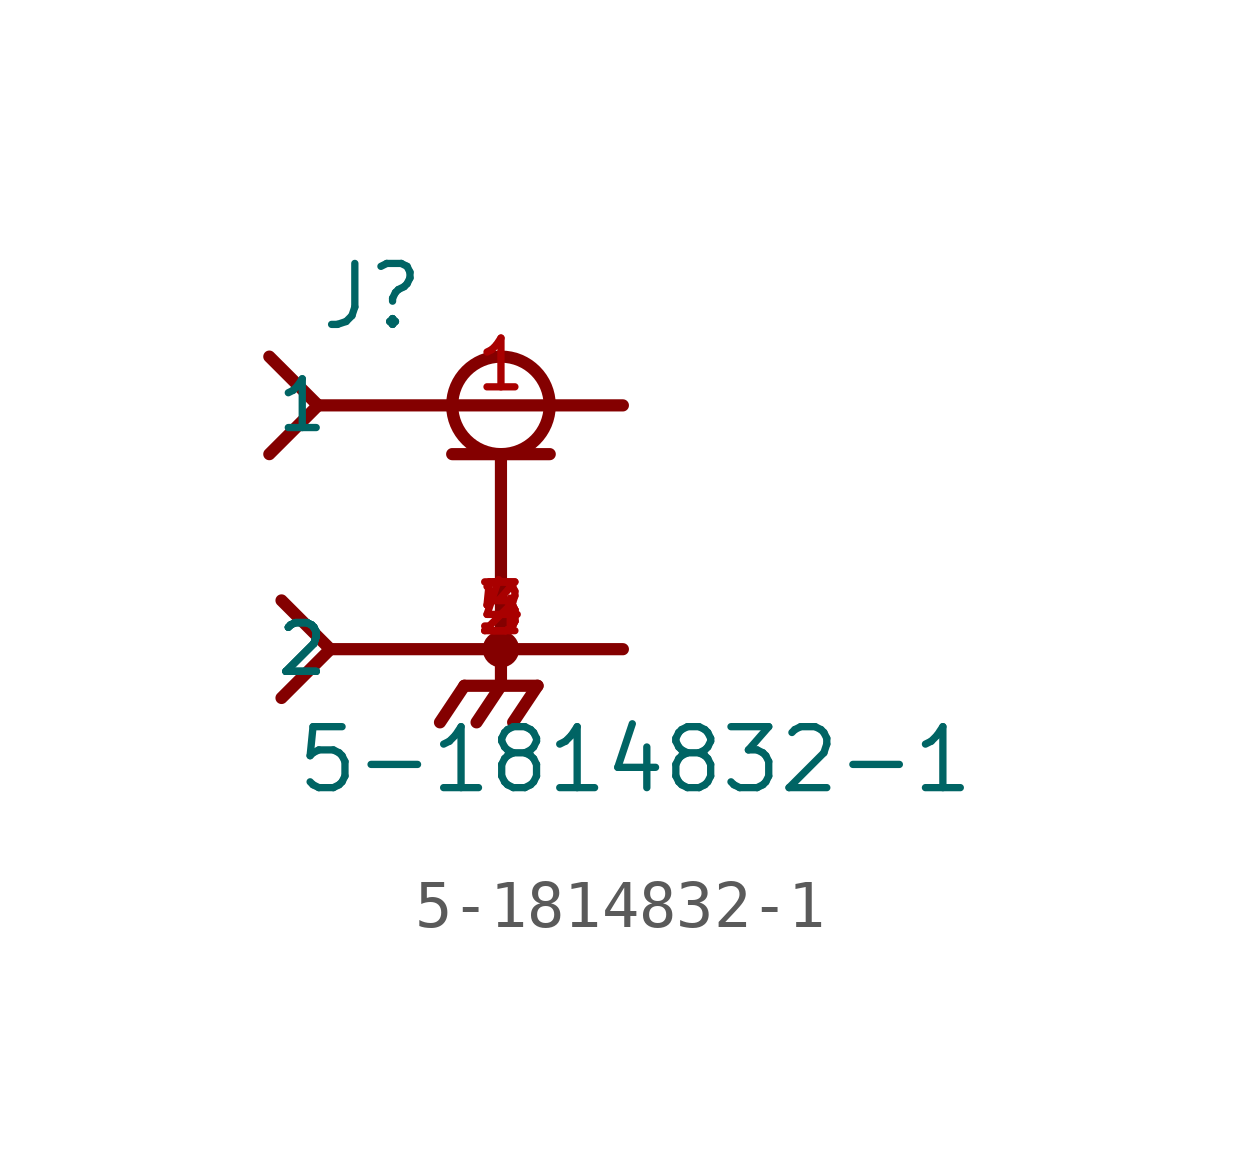
<source format=kicad_sym>
(kicad_symbol_lib
  (version 20231120)
  (generator "kicad_symbol_editor")
  (generator_version "8.0")
  (symbol "5-1814832-1"
    (pin_names
      (offset 1.016))
    (property "Reference" "J"
      (at -3.81 4.064 0)
      (effects (font (size 1.27 1.27)) (justify left bottom)))
    (property "Value" "5-1814832-1"
      (at -4.318 -5.588 0)
      (effects (font (size 1.27 1.27)) (justify left bottom)))
    (property "ki_locked" ""
      (at 0 0 0)
      (effects (font (size 1.27 1.27))))
    (symbol "5-1814832-1_0_0"
      (circle (center 0 -2.54) (radius 0.254) (stroke (width 0.254) (type solid)) (fill (type none)))
      (polyline (pts (xy -4.826 1.524) (xy -3.81 2.54)) (stroke (width 0.254) (type solid)) (fill (type none)))
      (polyline (pts (xy -4.826 3.556) (xy -3.81 2.54)) (stroke (width 0.254) (type solid)) (fill (type none)))
      (polyline (pts (xy -4.572 -3.556) (xy -3.556 -2.54)) (stroke (width 0.254) (type solid)) (fill (type none)))
      (polyline (pts (xy -4.572 -1.524) (xy -3.556 -2.54)) (stroke (width 0.254) (type solid)) (fill (type none)))
      (polyline (pts (xy -3.81 2.54) (xy 2.54 2.54)) (stroke (width 0.254) (type solid)) (fill (type none)))
      (polyline (pts (xy -1.016 1.524) (xy 0 1.524)) (stroke (width 0.254) (type solid)) (fill (type none)))
      (polyline (pts (xy -0.762 -3.302) (xy -1.27 -4.064)) (stroke (width 0.254) (type solid)) (fill (type none)))
      (polyline (pts (xy 0 -3.302) (xy -0.762 -3.302)) (stroke (width 0.254) (type solid)) (fill (type none)))
      (polyline (pts (xy 0 -3.302) (xy -0.508 -4.064)) (stroke (width 0.254) (type solid)) (fill (type none)))
      (polyline (pts (xy 0 -3.302) (xy 0.762 -3.302)) (stroke (width 0.254) (type solid)) (fill (type none)))
      (polyline (pts (xy 0 -2.54) (xy -3.556 -2.54)) (stroke (width 0.254) (type solid)) (fill (type none)))
      (polyline (pts (xy 0 -2.54) (xy 0 -3.302)) (stroke (width 0.254) (type solid)) (fill (type none)))
      (polyline (pts (xy 0 1.524) (xy 0 -2.54)) (stroke (width 0.254) (type solid)) (fill (type none)))
      (polyline (pts (xy 0 1.524) (xy 1.016 1.524)) (stroke (width 0.254) (type solid)) (fill (type none)))
      (polyline (pts (xy 0.762 -3.302) (xy 0.254 -4.064)) (stroke (width 0.254) (type solid)) (fill (type none)))
      (polyline (pts (xy 2.54 -2.54) (xy 0 -2.54)) (stroke (width 0.254) (type solid)) (fill (type none)))
      (circle (center 0 2.54) (radius 1.016) (stroke (width 0.254) (type solid)) (fill (type none)))
      (pin passive line (at 2.54 2.54 180) (length 5.08) (name "1" (effects (font (size 1.016 1.016)))) (number "1" (effects (font (size 1.016 1.016)))))
      (pin passive line (at 2.54 -2.54 180) (length 5.08) (name "2" (effects (font (size 1.016 1.016)))) (number "2" (effects (font (size 1.016 1.016)))))
      (pin passive line (at 2.54 -2.54 180) (length 5.08) (name "2" (effects (font (size 1.016 1.016)))) (number "3" (effects (font (size 1.016 1.016)))))
      (pin passive line (at 2.54 -2.54 180) (length 5.08) (name "2" (effects (font (size 1.016 1.016)))) (number "4" (effects (font (size 1.016 1.016)))))
      (pin passive line (at 2.54 -2.54 180) (length 5.08) (name "2" (effects (font (size 1.016 1.016)))) (number "5" (effects (font (size 1.016 1.016))))))))
</source>
